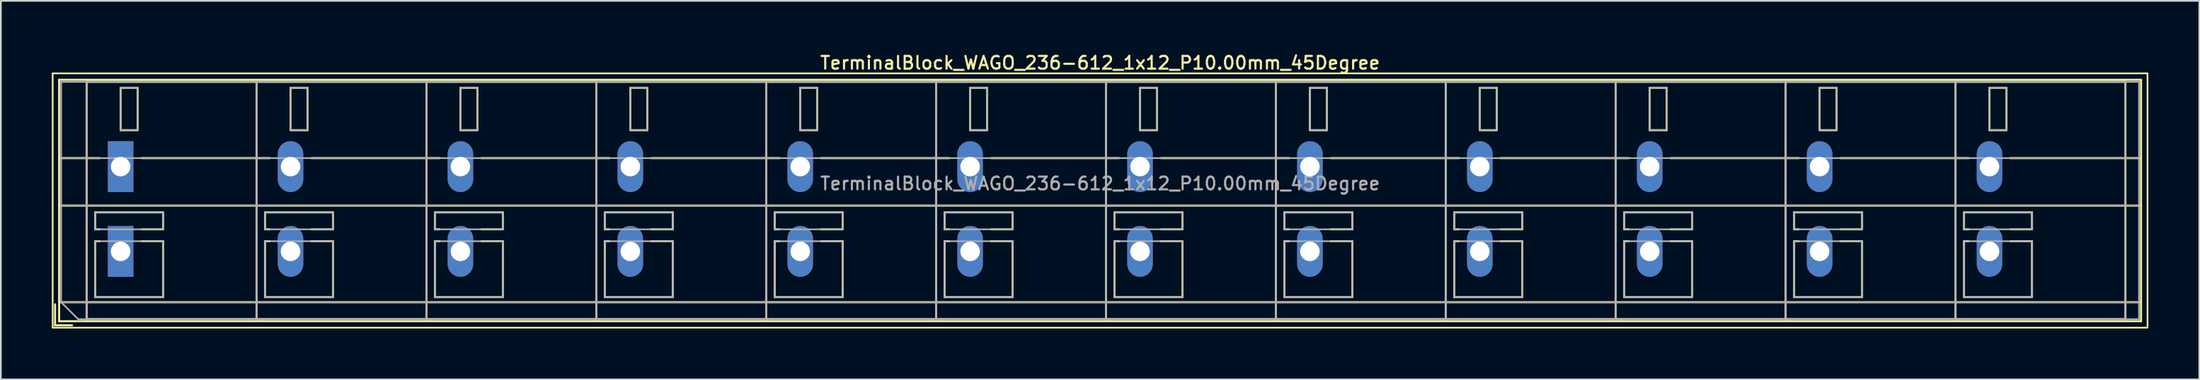
<source format=kicad_pcb>
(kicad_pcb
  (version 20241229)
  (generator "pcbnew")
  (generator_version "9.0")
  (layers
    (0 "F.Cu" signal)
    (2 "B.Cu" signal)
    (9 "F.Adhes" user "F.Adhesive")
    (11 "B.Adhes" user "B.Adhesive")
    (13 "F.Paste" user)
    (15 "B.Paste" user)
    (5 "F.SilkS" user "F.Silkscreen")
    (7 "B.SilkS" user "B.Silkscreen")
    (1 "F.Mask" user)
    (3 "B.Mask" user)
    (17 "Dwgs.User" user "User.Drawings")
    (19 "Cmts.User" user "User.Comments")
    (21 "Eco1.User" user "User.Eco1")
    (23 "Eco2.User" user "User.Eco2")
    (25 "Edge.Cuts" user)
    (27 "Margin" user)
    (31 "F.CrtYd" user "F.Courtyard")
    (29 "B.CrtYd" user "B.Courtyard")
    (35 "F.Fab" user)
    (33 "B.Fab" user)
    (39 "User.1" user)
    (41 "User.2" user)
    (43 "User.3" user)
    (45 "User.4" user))
  (footprint "TerminalBlock_WAGO_236-612_1x12_P10.00mm_45Degree"
    (layer "F.Cu")
    (at 4.05 6.778)
    (property "Reference" "TerminalBlock_WAGO_236-612_1x12_P10.00mm_45Degree" (at 57.65 -6.12 0) (layer "F.SilkS") (effects (font (size 0.75 0.75) (thickness 0.125))))
    (attr through_hole)
    (fp_line (start -4 -5.5) (end -4 9.5) (stroke (width 0.1) (type solid)) (layer "F.SilkS"))
    (fp_line (start -4 9.5) (end 119.3 9.5) (stroke (width 0.1) (type solid)) (layer "F.SilkS"))
    (fp_line (start -3.86 8.12) (end -3.86 9.36) (stroke (width 0.12) (type solid)) (layer "F.SilkS"))
    (fp_line (start -3.86 9.36) (end -2.86 9.36) (stroke (width 0.12) (type solid)) (layer "F.SilkS"))
    (fp_line (start -3.62 -5.12) (end -3.62 9.12) (stroke (width 0.12) (type solid)) (layer "F.SilkS"))
    (fp_line (start -3.62 -5.12) (end 118.92 -5.12) (stroke (width 0.12) (type solid)) (layer "F.SilkS"))
    (fp_line (start -3.62 -0.5) (end -1.23 -0.5) (stroke (width 0.12) (type solid)) (layer "F.SilkS"))
    (fp_line (start -3.62 2.3) (end 118.92 2.3) (stroke (width 0.12) (type solid)) (layer "F.SilkS"))
    (fp_line (start -3.62 8) (end 118.92 8) (stroke (width 0.12) (type solid)) (layer "F.SilkS"))
    (fp_line (start -3.62 9.12) (end 118.92 9.12) (stroke (width 0.12) (type solid)) (layer "F.SilkS"))
    (fp_line (start -2 -5) (end -2 9) (stroke (width 0.12) (type solid)) (layer "F.SilkS"))
    (fp_line (start -2 -5) (end 8 -5) (stroke (width 0.12) (type solid)) (layer "F.SilkS"))
    (fp_line (start -2 9) (end 8 9) (stroke (width 0.12) (type solid)) (layer "F.SilkS"))
    (fp_line (start -1.5 2.7) (end -1.5 3.7) (stroke (width 0.12) (type solid)) (layer "F.SilkS"))
    (fp_line (start -1.5 2.7) (end 2.5 2.7) (stroke (width 0.12) (type solid)) (layer "F.SilkS"))
    (fp_line (start -1.5 3.7) (end -1.23 3.7) (stroke (width 0.12) (type solid)) (layer "F.SilkS"))
    (fp_line (start -1.5 4.4) (end -1.5 7.7) (stroke (width 0.12) (type solid)) (layer "F.SilkS"))
    (fp_line (start -1.5 4.4) (end -1.23 4.4) (stroke (width 0.12) (type solid)) (layer "F.SilkS"))
    (fp_line (start -1.5 7.7) (end 2.5 7.7) (stroke (width 0.12) (type solid)) (layer "F.SilkS"))
    (fp_line (start 0 -4.65) (end 0 -2.151) (stroke (width 0.12) (type solid)) (layer "F.SilkS"))
    (fp_line (start 0 -4.65) (end 1 -4.65) (stroke (width 0.12) (type solid)) (layer "F.SilkS"))
    (fp_line (start 0 -2.151) (end 1 -2.151) (stroke (width 0.12) (type solid)) (layer "F.SilkS"))
    (fp_line (start 1 -4.65) (end 1 -2.151) (stroke (width 0.12) (type solid)) (layer "F.SilkS"))
    (fp_line (start 1.23 -0.5) (end 8.77 -0.5) (stroke (width 0.12) (type solid)) (layer "F.SilkS"))
    (fp_line (start 1.23 3.7) (end 2.5 3.7) (stroke (width 0.12) (type solid)) (layer "F.SilkS"))
    (fp_line (start 1.23 4.4) (end 2.5 4.4) (stroke (width 0.12) (type solid)) (layer "F.SilkS"))
    (fp_line (start 2.5 2.7) (end 2.5 3.7) (stroke (width 0.12) (type solid)) (layer "F.SilkS"))
    (fp_line (start 2.5 4.4) (end 2.5 7.7) (stroke (width 0.12) (type solid)) (layer "F.SilkS"))
    (fp_line (start 8 -5) (end 8 9) (stroke (width 0.12) (type solid)) (layer "F.SilkS"))
    (fp_line (start 8 -5) (end 8 9) (stroke (width 0.12) (type solid)) (layer "F.SilkS"))
    (fp_line (start 8 -5) (end 18 -5) (stroke (width 0.12) (type solid)) (layer "F.SilkS"))
    (fp_line (start 8 9) (end 18 9) (stroke (width 0.12) (type solid)) (layer "F.SilkS"))
    (fp_line (start 8.5 2.7) (end 8.5 3.7) (stroke (width 0.12) (type solid)) (layer "F.SilkS"))
    (fp_line (start 8.5 2.7) (end 12.5 2.7) (stroke (width 0.12) (type solid)) (layer "F.SilkS"))
    (fp_line (start 8.5 3.7) (end 8.77 3.7) (stroke (width 0.12) (type solid)) (layer "F.SilkS"))
    (fp_line (start 8.5 4.4) (end 8.5 7.7) (stroke (width 0.12) (type solid)) (layer "F.SilkS"))
    (fp_line (start 8.5 4.4) (end 8.77 4.4) (stroke (width 0.12) (type solid)) (layer "F.SilkS"))
    (fp_line (start 8.5 7.7) (end 12.5 7.7) (stroke (width 0.12) (type solid)) (layer "F.SilkS"))
    (fp_line (start 10 -4.65) (end 10 -2.151) (stroke (width 0.12) (type solid)) (layer "F.SilkS"))
    (fp_line (start 10 -4.65) (end 11 -4.65) (stroke (width 0.12) (type solid)) (layer "F.SilkS"))
    (fp_line (start 10 -2.151) (end 11 -2.151) (stroke (width 0.12) (type solid)) (layer "F.SilkS"))
    (fp_line (start 11 -4.65) (end 11 -2.151) (stroke (width 0.12) (type solid)) (layer "F.SilkS"))
    (fp_line (start 11.23 -0.5) (end 18.77 -0.5) (stroke (width 0.12) (type solid)) (layer "F.SilkS"))
    (fp_line (start 11.23 3.7) (end 12.5 3.7) (stroke (width 0.12) (type solid)) (layer "F.SilkS"))
    (fp_line (start 11.23 4.4) (end 12.5 4.4) (stroke (width 0.12) (type solid)) (layer "F.SilkS"))
    (fp_line (start 12.5 2.7) (end 12.5 3.7) (stroke (width 0.12) (type solid)) (layer "F.SilkS"))
    (fp_line (start 12.5 4.4) (end 12.5 7.7) (stroke (width 0.12) (type solid)) (layer "F.SilkS"))
    (fp_line (start 18 -5) (end 18 9) (stroke (width 0.12) (type solid)) (layer "F.SilkS"))
    (fp_line (start 18 -5) (end 18 9) (stroke (width 0.12) (type solid)) (layer "F.SilkS"))
    (fp_line (start 18 -5) (end 28 -5) (stroke (width 0.12) (type solid)) (layer "F.SilkS"))
    (fp_line (start 18 9) (end 28 9) (stroke (width 0.12) (type solid)) (layer "F.SilkS"))
    (fp_line (start 18.5 2.7) (end 18.5 3.7) (stroke (width 0.12) (type solid)) (layer "F.SilkS"))
    (fp_line (start 18.5 2.7) (end 22.5 2.7) (stroke (width 0.12) (type solid)) (layer "F.SilkS"))
    (fp_line (start 18.5 3.7) (end 18.77 3.7) (stroke (width 0.12) (type solid)) (layer "F.SilkS"))
    (fp_line (start 18.5 4.4) (end 18.5 7.7) (stroke (width 0.12) (type solid)) (layer "F.SilkS"))
    (fp_line (start 18.5 4.4) (end 18.77 4.4) (stroke (width 0.12) (type solid)) (layer "F.SilkS"))
    (fp_line (start 18.5 7.7) (end 22.5 7.7) (stroke (width 0.12) (type solid)) (layer "F.SilkS"))
    (fp_line (start 20 -4.65) (end 20 -2.151) (stroke (width 0.12) (type solid)) (layer "F.SilkS"))
    (fp_line (start 20 -4.65) (end 21 -4.65) (stroke (width 0.12) (type solid)) (layer "F.SilkS"))
    (fp_line (start 20 -2.151) (end 21 -2.151) (stroke (width 0.12) (type solid)) (layer "F.SilkS"))
    (fp_line (start 21 -4.65) (end 21 -2.151) (stroke (width 0.12) (type solid)) (layer "F.SilkS"))
    (fp_line (start 21.23 -0.5) (end 28.77 -0.5) (stroke (width 0.12) (type solid)) (layer "F.SilkS"))
    (fp_line (start 21.23 3.7) (end 22.5 3.7) (stroke (width 0.12) (type solid)) (layer "F.SilkS"))
    (fp_line (start 21.23 4.4) (end 22.5 4.4) (stroke (width 0.12) (type solid)) (layer "F.SilkS"))
    (fp_line (start 22.5 2.7) (end 22.5 3.7) (stroke (width 0.12) (type solid)) (layer "F.SilkS"))
    (fp_line (start 22.5 4.4) (end 22.5 7.7) (stroke (width 0.12) (type solid)) (layer "F.SilkS"))
    (fp_line (start 28 -5) (end 28 9) (stroke (width 0.12) (type solid)) (layer "F.SilkS"))
    (fp_line (start 28 -5) (end 28 9) (stroke (width 0.12) (type solid)) (layer "F.SilkS"))
    (fp_line (start 28 -5) (end 38 -5) (stroke (width 0.12) (type solid)) (layer "F.SilkS"))
    (fp_line (start 28 9) (end 38 9) (stroke (width 0.12) (type solid)) (layer "F.SilkS"))
    (fp_line (start 28.5 2.7) (end 28.5 3.7) (stroke (width 0.12) (type solid)) (layer "F.SilkS"))
    (fp_line (start 28.5 2.7) (end 32.5 2.7) (stroke (width 0.12) (type solid)) (layer "F.SilkS"))
    (fp_line (start 28.5 3.7) (end 28.77 3.7) (stroke (width 0.12) (type solid)) (layer "F.SilkS"))
    (fp_line (start 28.5 4.4) (end 28.5 7.7) (stroke (width 0.12) (type solid)) (layer "F.SilkS"))
    (fp_line (start 28.5 4.4) (end 28.77 4.4) (stroke (width 0.12) (type solid)) (layer "F.SilkS"))
    (fp_line (start 28.5 7.7) (end 32.5 7.7) (stroke (width 0.12) (type solid)) (layer "F.SilkS"))
    (fp_line (start 30 -4.65) (end 30 -2.151) (stroke (width 0.12) (type solid)) (layer "F.SilkS"))
    (fp_line (start 30 -4.65) (end 31 -4.65) (stroke (width 0.12) (type solid)) (layer "F.SilkS"))
    (fp_line (start 30 -2.151) (end 31 -2.151) (stroke (width 0.12) (type solid)) (layer "F.SilkS"))
    (fp_line (start 31 -4.65) (end 31 -2.151) (stroke (width 0.12) (type solid)) (layer "F.SilkS"))
    (fp_line (start 31.23 -0.5) (end 38.77 -0.5) (stroke (width 0.12) (type solid)) (layer "F.SilkS"))
    (fp_line (start 31.23 3.7) (end 32.5 3.7) (stroke (width 0.12) (type solid)) (layer "F.SilkS"))
    (fp_line (start 31.23 4.4) (end 32.5 4.4) (stroke (width 0.12) (type solid)) (layer "F.SilkS"))
    (fp_line (start 32.5 2.7) (end 32.5 3.7) (stroke (width 0.12) (type solid)) (layer "F.SilkS"))
    (fp_line (start 32.5 4.4) (end 32.5 7.7) (stroke (width 0.12) (type solid)) (layer "F.SilkS"))
    (fp_line (start 38 -5) (end 38 9) (stroke (width 0.12) (type solid)) (layer "F.SilkS"))
    (fp_line (start 38 -5) (end 38 9) (stroke (width 0.12) (type solid)) (layer "F.SilkS"))
    (fp_line (start 38 -5) (end 48 -5) (stroke (width 0.12) (type solid)) (layer "F.SilkS"))
    (fp_line (start 38 9) (end 48 9) (stroke (width 0.12) (type solid)) (layer "F.SilkS"))
    (fp_line (start 38.5 2.7) (end 38.5 3.7) (stroke (width 0.12) (type solid)) (layer "F.SilkS"))
    (fp_line (start 38.5 2.7) (end 42.5 2.7) (stroke (width 0.12) (type solid)) (layer "F.SilkS"))
    (fp_line (start 38.5 3.7) (end 38.77 3.7) (stroke (width 0.12) (type solid)) (layer "F.SilkS"))
    (fp_line (start 38.5 4.4) (end 38.5 7.7) (stroke (width 0.12) (type solid)) (layer "F.SilkS"))
    (fp_line (start 38.5 4.4) (end 38.77 4.4) (stroke (width 0.12) (type solid)) (layer "F.SilkS"))
    (fp_line (start 38.5 7.7) (end 42.5 7.7) (stroke (width 0.12) (type solid)) (layer "F.SilkS"))
    (fp_line (start 40 -4.65) (end 40 -2.151) (stroke (width 0.12) (type solid)) (layer "F.SilkS"))
    (fp_line (start 40 -4.65) (end 41 -4.65) (stroke (width 0.12) (type solid)) (layer "F.SilkS"))
    (fp_line (start 40 -2.151) (end 41 -2.151) (stroke (width 0.12) (type solid)) (layer "F.SilkS"))
    (fp_line (start 41 -4.65) (end 41 -2.151) (stroke (width 0.12) (type solid)) (layer "F.SilkS"))
    (fp_line (start 41.23 -0.5) (end 48.77 -0.5) (stroke (width 0.12) (type solid)) (layer "F.SilkS"))
    (fp_line (start 41.23 3.7) (end 42.5 3.7) (stroke (width 0.12) (type solid)) (layer "F.SilkS"))
    (fp_line (start 41.23 4.4) (end 42.5 4.4) (stroke (width 0.12) (type solid)) (layer "F.SilkS"))
    (fp_line (start 42.5 2.7) (end 42.5 3.7) (stroke (width 0.12) (type solid)) (layer "F.SilkS"))
    (fp_line (start 42.5 4.4) (end 42.5 7.7) (stroke (width 0.12) (type solid)) (layer "F.SilkS"))
    (fp_line (start 48 -5) (end 48 9) (stroke (width 0.12) (type solid)) (layer "F.SilkS"))
    (fp_line (start 48 -5) (end 48 9) (stroke (width 0.12) (type solid)) (layer "F.SilkS"))
    (fp_line (start 48 -5) (end 58 -5) (stroke (width 0.12) (type solid)) (layer "F.SilkS"))
    (fp_line (start 48 9) (end 58 9) (stroke (width 0.12) (type solid)) (layer "F.SilkS"))
    (fp_line (start 48.5 2.7) (end 48.5 3.7) (stroke (width 0.12) (type solid)) (layer "F.SilkS"))
    (fp_line (start 48.5 2.7) (end 52.5 2.7) (stroke (width 0.12) (type solid)) (layer "F.SilkS"))
    (fp_line (start 48.5 3.7) (end 48.77 3.7) (stroke (width 0.12) (type solid)) (layer "F.SilkS"))
    (fp_line (start 48.5 4.4) (end 48.5 7.7) (stroke (width 0.12) (type solid)) (layer "F.SilkS"))
    (fp_line (start 48.5 4.4) (end 48.77 4.4) (stroke (width 0.12) (type solid)) (layer "F.SilkS"))
    (fp_line (start 48.5 7.7) (end 52.5 7.7) (stroke (width 0.12) (type solid)) (layer "F.SilkS"))
    (fp_line (start 50 -4.65) (end 50 -2.151) (stroke (width 0.12) (type solid)) (layer "F.SilkS"))
    (fp_line (start 50 -4.65) (end 51 -4.65) (stroke (width 0.12) (type solid)) (layer "F.SilkS"))
    (fp_line (start 50 -2.151) (end 51 -2.151) (stroke (width 0.12) (type solid)) (layer "F.SilkS"))
    (fp_line (start 51 -4.65) (end 51 -2.151) (stroke (width 0.12) (type solid)) (layer "F.SilkS"))
    (fp_line (start 51.23 -0.5) (end 58.77 -0.5) (stroke (width 0.12) (type solid)) (layer "F.SilkS"))
    (fp_line (start 51.23 3.7) (end 52.5 3.7) (stroke (width 0.12) (type solid)) (layer "F.SilkS"))
    (fp_line (start 51.23 4.4) (end 52.5 4.4) (stroke (width 0.12) (type solid)) (layer "F.SilkS"))
    (fp_line (start 52.5 2.7) (end 52.5 3.7) (stroke (width 0.12) (type solid)) (layer "F.SilkS"))
    (fp_line (start 52.5 4.4) (end 52.5 7.7) (stroke (width 0.12) (type solid)) (layer "F.SilkS"))
    (fp_line (start 58 -5) (end 58 9) (stroke (width 0.12) (type solid)) (layer "F.SilkS"))
    (fp_line (start 58 -5) (end 58 9) (stroke (width 0.12) (type solid)) (layer "F.SilkS"))
    (fp_line (start 58 -5) (end 68 -5) (stroke (width 0.12) (type solid)) (layer "F.SilkS"))
    (fp_line (start 58 9) (end 68 9) (stroke (width 0.12) (type solid)) (layer "F.SilkS"))
    (fp_line (start 58.5 2.7) (end 58.5 3.7) (stroke (width 0.12) (type solid)) (layer "F.SilkS"))
    (fp_line (start 58.5 2.7) (end 62.5 2.7) (stroke (width 0.12) (type solid)) (layer "F.SilkS"))
    (fp_line (start 58.5 3.7) (end 58.77 3.7) (stroke (width 0.12) (type solid)) (layer "F.SilkS"))
    (fp_line (start 58.5 4.4) (end 58.5 7.7) (stroke (width 0.12) (type solid)) (layer "F.SilkS"))
    (fp_line (start 58.5 4.4) (end 58.77 4.4) (stroke (width 0.12) (type solid)) (layer "F.SilkS"))
    (fp_line (start 58.5 7.7) (end 62.5 7.7) (stroke (width 0.12) (type solid)) (layer "F.SilkS"))
    (fp_line (start 60 -4.65) (end 60 -2.151) (stroke (width 0.12) (type solid)) (layer "F.SilkS"))
    (fp_line (start 60 -4.65) (end 61 -4.65) (stroke (width 0.12) (type solid)) (layer "F.SilkS"))
    (fp_line (start 60 -2.151) (end 61 -2.151) (stroke (width 0.12) (type solid)) (layer "F.SilkS"))
    (fp_line (start 61 -4.65) (end 61 -2.151) (stroke (width 0.12) (type solid)) (layer "F.SilkS"))
    (fp_line (start 61.23 -0.5) (end 68.77 -0.5) (stroke (width 0.12) (type solid)) (layer "F.SilkS"))
    (fp_line (start 61.23 3.7) (end 62.5 3.7) (stroke (width 0.12) (type solid)) (layer "F.SilkS"))
    (fp_line (start 61.23 4.4) (end 62.5 4.4) (stroke (width 0.12) (type solid)) (layer "F.SilkS"))
    (fp_line (start 62.5 2.7) (end 62.5 3.7) (stroke (width 0.12) (type solid)) (layer "F.SilkS"))
    (fp_line (start 62.5 4.4) (end 62.5 7.7) (stroke (width 0.12) (type solid)) (layer "F.SilkS"))
    (fp_line (start 68 -5) (end 68 9) (stroke (width 0.12) (type solid)) (layer "F.SilkS"))
    (fp_line (start 68 -5) (end 68 9) (stroke (width 0.12) (type solid)) (layer "F.SilkS"))
    (fp_line (start 68 -5) (end 78 -5) (stroke (width 0.12) (type solid)) (layer "F.SilkS"))
    (fp_line (start 68 9) (end 78 9) (stroke (width 0.12) (type solid)) (layer "F.SilkS"))
    (fp_line (start 68.5 2.7) (end 68.5 3.7) (stroke (width 0.12) (type solid)) (layer "F.SilkS"))
    (fp_line (start 68.5 2.7) (end 72.5 2.7) (stroke (width 0.12) (type solid)) (layer "F.SilkS"))
    (fp_line (start 68.5 3.7) (end 68.77 3.7) (stroke (width 0.12) (type solid)) (layer "F.SilkS"))
    (fp_line (start 68.5 4.4) (end 68.5 7.7) (stroke (width 0.12) (type solid)) (layer "F.SilkS"))
    (fp_line (start 68.5 4.4) (end 68.77 4.4) (stroke (width 0.12) (type solid)) (layer "F.SilkS"))
    (fp_line (start 68.5 7.7) (end 72.5 7.7) (stroke (width 0.12) (type solid)) (layer "F.SilkS"))
    (fp_line (start 70 -4.65) (end 70 -2.151) (stroke (width 0.12) (type solid)) (layer "F.SilkS"))
    (fp_line (start 70 -4.65) (end 71 -4.65) (stroke (width 0.12) (type solid)) (layer "F.SilkS"))
    (fp_line (start 70 -2.151) (end 71 -2.151) (stroke (width 0.12) (type solid)) (layer "F.SilkS"))
    (fp_line (start 71 -4.65) (end 71 -2.151) (stroke (width 0.12) (type solid)) (layer "F.SilkS"))
    (fp_line (start 71.23 -0.5) (end 78.77 -0.5) (stroke (width 0.12) (type solid)) (layer "F.SilkS"))
    (fp_line (start 71.23 3.7) (end 72.5 3.7) (stroke (width 0.12) (type solid)) (layer "F.SilkS"))
    (fp_line (start 71.23 4.4) (end 72.5 4.4) (stroke (width 0.12) (type solid)) (layer "F.SilkS"))
    (fp_line (start 72.5 2.7) (end 72.5 3.7) (stroke (width 0.12) (type solid)) (layer "F.SilkS"))
    (fp_line (start 72.5 4.4) (end 72.5 7.7) (stroke (width 0.12) (type solid)) (layer "F.SilkS"))
    (fp_line (start 78 -5) (end 78 9) (stroke (width 0.12) (type solid)) (layer "F.SilkS"))
    (fp_line (start 78 -5) (end 78 9) (stroke (width 0.12) (type solid)) (layer "F.SilkS"))
    (fp_line (start 78 -5) (end 88 -5) (stroke (width 0.12) (type solid)) (layer "F.SilkS"))
    (fp_line (start 78 9) (end 88 9) (stroke (width 0.12) (type solid)) (layer "F.SilkS"))
    (fp_line (start 78.5 2.7) (end 78.5 3.7) (stroke (width 0.12) (type solid)) (layer "F.SilkS"))
    (fp_line (start 78.5 2.7) (end 82.5 2.7) (stroke (width 0.12) (type solid)) (layer "F.SilkS"))
    (fp_line (start 78.5 3.7) (end 78.77 3.7) (stroke (width 0.12) (type solid)) (layer "F.SilkS"))
    (fp_line (start 78.5 4.4) (end 78.5 7.7) (stroke (width 0.12) (type solid)) (layer "F.SilkS"))
    (fp_line (start 78.5 4.4) (end 78.77 4.4) (stroke (width 0.12) (type solid)) (layer "F.SilkS"))
    (fp_line (start 78.5 7.7) (end 82.5 7.7) (stroke (width 0.12) (type solid)) (layer "F.SilkS"))
    (fp_line (start 80 -4.65) (end 80 -2.151) (stroke (width 0.12) (type solid)) (layer "F.SilkS"))
    (fp_line (start 80 -4.65) (end 81 -4.65) (stroke (width 0.12) (type solid)) (layer "F.SilkS"))
    (fp_line (start 80 -2.151) (end 81 -2.151) (stroke (width 0.12) (type solid)) (layer "F.SilkS"))
    (fp_line (start 81 -4.65) (end 81 -2.151) (stroke (width 0.12) (type solid)) (layer "F.SilkS"))
    (fp_line (start 81.23 -0.5) (end 88.77 -0.5) (stroke (width 0.12) (type solid)) (layer "F.SilkS"))
    (fp_line (start 81.23 3.7) (end 82.5 3.7) (stroke (width 0.12) (type solid)) (layer "F.SilkS"))
    (fp_line (start 81.23 4.4) (end 82.5 4.4) (stroke (width 0.12) (type solid)) (layer "F.SilkS"))
    (fp_line (start 82.5 2.7) (end 82.5 3.7) (stroke (width 0.12) (type solid)) (layer "F.SilkS"))
    (fp_line (start 82.5 4.4) (end 82.5 7.7) (stroke (width 0.12) (type solid)) (layer "F.SilkS"))
    (fp_line (start 88 -5) (end 88 9) (stroke (width 0.12) (type solid)) (layer "F.SilkS"))
    (fp_line (start 88 -5) (end 88 9) (stroke (width 0.12) (type solid)) (layer "F.SilkS"))
    (fp_line (start 88 -5) (end 98 -5) (stroke (width 0.12) (type solid)) (layer "F.SilkS"))
    (fp_line (start 88 9) (end 98 9) (stroke (width 0.12) (type solid)) (layer "F.SilkS"))
    (fp_line (start 88.5 2.7) (end 88.5 3.7) (stroke (width 0.12) (type solid)) (layer "F.SilkS"))
    (fp_line (start 88.5 2.7) (end 92.5 2.7) (stroke (width 0.12) (type solid)) (layer "F.SilkS"))
    (fp_line (start 88.5 3.7) (end 88.77 3.7) (stroke (width 0.12) (type solid)) (layer "F.SilkS"))
    (fp_line (start 88.5 4.4) (end 88.5 7.7) (stroke (width 0.12) (type solid)) (layer "F.SilkS"))
    (fp_line (start 88.5 4.4) (end 88.77 4.4) (stroke (width 0.12) (type solid)) (layer "F.SilkS"))
    (fp_line (start 88.5 7.7) (end 92.5 7.7) (stroke (width 0.12) (type solid)) (layer "F.SilkS"))
    (fp_line (start 90 -4.65) (end 90 -2.151) (stroke (width 0.12) (type solid)) (layer "F.SilkS"))
    (fp_line (start 90 -4.65) (end 91 -4.65) (stroke (width 0.12) (type solid)) (layer "F.SilkS"))
    (fp_line (start 90 -2.151) (end 91 -2.151) (stroke (width 0.12) (type solid)) (layer "F.SilkS"))
    (fp_line (start 91 -4.65) (end 91 -2.151) (stroke (width 0.12) (type solid)) (layer "F.SilkS"))
    (fp_line (start 91.23 -0.5) (end 98.77 -0.5) (stroke (width 0.12) (type solid)) (layer "F.SilkS"))
    (fp_line (start 91.23 3.7) (end 92.5 3.7) (stroke (width 0.12) (type solid)) (layer "F.SilkS"))
    (fp_line (start 91.23 4.4) (end 92.5 4.4) (stroke (width 0.12) (type solid)) (layer "F.SilkS"))
    (fp_line (start 92.5 2.7) (end 92.5 3.7) (stroke (width 0.12) (type solid)) (layer "F.SilkS"))
    (fp_line (start 92.5 4.4) (end 92.5 7.7) (stroke (width 0.12) (type solid)) (layer "F.SilkS"))
    (fp_line (start 98 -5) (end 98 9) (stroke (width 0.12) (type solid)) (layer "F.SilkS"))
    (fp_line (start 98 -5) (end 98 9) (stroke (width 0.12) (type solid)) (layer "F.SilkS"))
    (fp_line (start 98 -5) (end 108 -5) (stroke (width 0.12) (type solid)) (layer "F.SilkS"))
    (fp_line (start 98 9) (end 108 9) (stroke (width 0.12) (type solid)) (layer "F.SilkS"))
    (fp_line (start 98.5 2.7) (end 98.5 3.7) (stroke (width 0.12) (type solid)) (layer "F.SilkS"))
    (fp_line (start 98.5 2.7) (end 102.5 2.7) (stroke (width 0.12) (type solid)) (layer "F.SilkS"))
    (fp_line (start 98.5 3.7) (end 98.77 3.7) (stroke (width 0.12) (type solid)) (layer "F.SilkS"))
    (fp_line (start 98.5 4.4) (end 98.5 7.7) (stroke (width 0.12) (type solid)) (layer "F.SilkS"))
    (fp_line (start 98.5 4.4) (end 98.77 4.4) (stroke (width 0.12) (type solid)) (layer "F.SilkS"))
    (fp_line (start 98.5 7.7) (end 102.5 7.7) (stroke (width 0.12) (type solid)) (layer "F.SilkS"))
    (fp_line (start 100 -4.65) (end 100 -2.151) (stroke (width 0.12) (type solid)) (layer "F.SilkS"))
    (fp_line (start 100 -4.65) (end 101 -4.65) (stroke (width 0.12) (type solid)) (layer "F.SilkS"))
    (fp_line (start 100 -2.151) (end 101 -2.151) (stroke (width 0.12) (type solid)) (layer "F.SilkS"))
    (fp_line (start 101 -4.65) (end 101 -2.151) (stroke (width 0.12) (type solid)) (layer "F.SilkS"))
    (fp_line (start 101.23 -0.5) (end 108.77 -0.5) (stroke (width 0.12) (type solid)) (layer "F.SilkS"))
    (fp_line (start 101.23 3.7) (end 102.5 3.7) (stroke (width 0.12) (type solid)) (layer "F.SilkS"))
    (fp_line (start 101.23 4.4) (end 102.5 4.4) (stroke (width 0.12) (type solid)) (layer "F.SilkS"))
    (fp_line (start 102.5 2.7) (end 102.5 3.7) (stroke (width 0.12) (type solid)) (layer "F.SilkS"))
    (fp_line (start 102.5 4.4) (end 102.5 7.7) (stroke (width 0.12) (type solid)) (layer "F.SilkS"))
    (fp_line (start 108 -5) (end 108 9) (stroke (width 0.12) (type solid)) (layer "F.SilkS"))
    (fp_line (start 108 -5) (end 108 9) (stroke (width 0.12) (type solid)) (layer "F.SilkS"))
    (fp_line (start 108 -5) (end 118 -5) (stroke (width 0.12) (type solid)) (layer "F.SilkS"))
    (fp_line (start 108 9) (end 118 9) (stroke (width 0.12) (type solid)) (layer "F.SilkS"))
    (fp_line (start 108.5 2.7) (end 108.5 3.7) (stroke (width 0.12) (type solid)) (layer "F.SilkS"))
    (fp_line (start 108.5 2.7) (end 112.5 2.7) (stroke (width 0.12) (type solid)) (layer "F.SilkS"))
    (fp_line (start 108.5 3.7) (end 108.77 3.7) (stroke (width 0.12) (type solid)) (layer "F.SilkS"))
    (fp_line (start 108.5 4.4) (end 108.5 7.7) (stroke (width 0.12) (type solid)) (layer "F.SilkS"))
    (fp_line (start 108.5 4.4) (end 108.77 4.4) (stroke (width 0.12) (type solid)) (layer "F.SilkS"))
    (fp_line (start 108.5 7.7) (end 112.5 7.7) (stroke (width 0.12) (type solid)) (layer "F.SilkS"))
    (fp_line (start 110 -4.65) (end 110 -2.151) (stroke (width 0.12) (type solid)) (layer "F.SilkS"))
    (fp_line (start 110 -4.65) (end 111 -4.65) (stroke (width 0.12) (type solid)) (layer "F.SilkS"))
    (fp_line (start 110 -2.151) (end 111 -2.151) (stroke (width 0.12) (type solid)) (layer "F.SilkS"))
    (fp_line (start 111 -4.65) (end 111 -2.151) (stroke (width 0.12) (type solid)) (layer "F.SilkS"))
    (fp_line (start 111.23 -0.5) (end 118.92 -0.5) (stroke (width 0.12) (type solid)) (layer "F.SilkS"))
    (fp_line (start 111.23 3.7) (end 112.5 3.7) (stroke (width 0.12) (type solid)) (layer "F.SilkS"))
    (fp_line (start 111.23 4.4) (end 112.5 4.4) (stroke (width 0.12) (type solid)) (layer "F.SilkS"))
    (fp_line (start 112.5 2.7) (end 112.5 3.7) (stroke (width 0.12) (type solid)) (layer "F.SilkS"))
    (fp_line (start 112.5 4.4) (end 112.5 7.7) (stroke (width 0.12) (type solid)) (layer "F.SilkS"))
    (fp_line (start 118 -5) (end 118 9) (stroke (width 0.12) (type solid)) (layer "F.SilkS"))
    (fp_line (start 118.92 -5.12) (end 118.92 9.12) (stroke (width 0.12) (type solid)) (layer "F.SilkS"))
    (fp_line (start 119.3 -5.5) (end -4 -5.5) (stroke (width 0.1) (type solid)) (layer "F.SilkS"))
    (fp_line (start 119.3 9.5) (end 119.3 -5.5) (stroke (width 0.1) (type solid)) (layer "F.SilkS"))
    (fp_line (start -3.5 -5) (end 118.8 -5) (stroke (width 0.1) (type solid)) (layer "F.Fab"))
    (fp_line (start -3.5 -0.5) (end 118.8 -0.5) (stroke (width 0.1) (type solid)) (layer "F.Fab"))
    (fp_line (start -3.5 2.3) (end 118.8 2.3) (stroke (width 0.1) (type solid)) (layer "F.Fab"))
    (fp_line (start -3.5 8) (end -3.5 -5) (stroke (width 0.1) (type solid)) (layer "F.Fab"))
    (fp_line (start -3.5 8) (end 118.8 8) (stroke (width 0.1) (type solid)) (layer "F.Fab"))
    (fp_line (start -2.5 9) (end -3.5 8) (stroke (width 0.1) (type solid)) (layer "F.Fab"))
    (fp_line (start -2 -5) (end -2 9) (stroke (width 0.1) (type solid)) (layer "F.Fab"))
    (fp_line (start -2 9) (end 8 9) (stroke (width 0.1) (type solid)) (layer "F.Fab"))
    (fp_line (start -1.5 2.7) (end -1.5 3.7) (stroke (width 0.1) (type solid)) (layer "F.Fab"))
    (fp_line (start -1.5 3.7) (end 2.5 3.7) (stroke (width 0.1) (type solid)) (layer "F.Fab"))
    (fp_line (start -1.5 4.4) (end -1.5 7.7) (stroke (width 0.1) (type solid)) (layer "F.Fab"))
    (fp_line (start -1.5 7.7) (end 2.5 7.7) (stroke (width 0.1) (type solid)) (layer "F.Fab"))
    (fp_line (start 0 -4.65) (end 0 -2.15) (stroke (width 0.1) (type solid)) (layer "F.Fab"))
    (fp_line (start 0 -2.15) (end 1 -2.15) (stroke (width 0.1) (type solid)) (layer "F.Fab"))
    (fp_line (start 1 -4.65) (end 0 -4.65) (stroke (width 0.1) (type solid)) (layer "F.Fab"))
    (fp_line (start 1 -2.15) (end 1 -4.65) (stroke (width 0.1) (type solid)) (layer "F.Fab"))
    (fp_line (start 2.5 2.7) (end -1.5 2.7) (stroke (width 0.1) (type solid)) (layer "F.Fab"))
    (fp_line (start 2.5 3.7) (end 2.5 2.7) (stroke (width 0.1) (type solid)) (layer "F.Fab"))
    (fp_line (start 2.5 4.4) (end -1.5 4.4) (stroke (width 0.1) (type solid)) (layer "F.Fab"))
    (fp_line (start 2.5 7.7) (end 2.5 4.4) (stroke (width 0.1) (type solid)) (layer "F.Fab"))
    (fp_line (start 8 -5) (end -2 -5) (stroke (width 0.1) (type solid)) (layer "F.Fab"))
    (fp_line (start 8 -5) (end 8 9) (stroke (width 0.1) (type solid)) (layer "F.Fab"))
    (fp_line (start 8 9) (end 8 -5) (stroke (width 0.1) (type solid)) (layer "F.Fab"))
    (fp_line (start 8 9) (end 18 9) (stroke (width 0.1) (type solid)) (layer "F.Fab"))
    (fp_line (start 8.5 2.7) (end 8.5 3.7) (stroke (width 0.1) (type solid)) (layer "F.Fab"))
    (fp_line (start 8.5 3.7) (end 12.5 3.7) (stroke (width 0.1) (type solid)) (layer "F.Fab"))
    (fp_line (start 8.5 4.4) (end 8.5 7.7) (stroke (width 0.1) (type solid)) (layer "F.Fab"))
    (fp_line (start 8.5 7.7) (end 12.5 7.7) (stroke (width 0.1) (type solid)) (layer "F.Fab"))
    (fp_line (start 10 -4.65) (end 10 -2.15) (stroke (width 0.1) (type solid)) (layer "F.Fab"))
    (fp_line (start 10 -2.15) (end 11 -2.15) (stroke (width 0.1) (type solid)) (layer "F.Fab"))
    (fp_line (start 11 -4.65) (end 10 -4.65) (stroke (width 0.1) (type solid)) (layer "F.Fab"))
    (fp_line (start 11 -2.15) (end 11 -4.65) (stroke (width 0.1) (type solid)) (layer "F.Fab"))
    (fp_line (start 12.5 2.7) (end 8.5 2.7) (stroke (width 0.1) (type solid)) (layer "F.Fab"))
    (fp_line (start 12.5 3.7) (end 12.5 2.7) (stroke (width 0.1) (type solid)) (layer "F.Fab"))
    (fp_line (start 12.5 4.4) (end 8.5 4.4) (stroke (width 0.1) (type solid)) (layer "F.Fab"))
    (fp_line (start 12.5 7.7) (end 12.5 4.4) (stroke (width 0.1) (type solid)) (layer "F.Fab"))
    (fp_line (start 18 -5) (end 8 -5) (stroke (width 0.1) (type solid)) (layer "F.Fab"))
    (fp_line (start 18 -5) (end 18 9) (stroke (width 0.1) (type solid)) (layer "F.Fab"))
    (fp_line (start 18 9) (end 18 -5) (stroke (width 0.1) (type solid)) (layer "F.Fab"))
    (fp_line (start 18 9) (end 28 9) (stroke (width 0.1) (type solid)) (layer "F.Fab"))
    (fp_line (start 18.5 2.7) (end 18.5 3.7) (stroke (width 0.1) (type solid)) (layer "F.Fab"))
    (fp_line (start 18.5 3.7) (end 22.5 3.7) (stroke (width 0.1) (type solid)) (layer "F.Fab"))
    (fp_line (start 18.5 4.4) (end 18.5 7.7) (stroke (width 0.1) (type solid)) (layer "F.Fab"))
    (fp_line (start 18.5 7.7) (end 22.5 7.7) (stroke (width 0.1) (type solid)) (layer "F.Fab"))
    (fp_line (start 20 -4.65) (end 20 -2.15) (stroke (width 0.1) (type solid)) (layer "F.Fab"))
    (fp_line (start 20 -2.15) (end 21 -2.15) (stroke (width 0.1) (type solid)) (layer "F.Fab"))
    (fp_line (start 21 -4.65) (end 20 -4.65) (stroke (width 0.1) (type solid)) (layer "F.Fab"))
    (fp_line (start 21 -2.15) (end 21 -4.65) (stroke (width 0.1) (type solid)) (layer "F.Fab"))
    (fp_line (start 22.5 2.7) (end 18.5 2.7) (stroke (width 0.1) (type solid)) (layer "F.Fab"))
    (fp_line (start 22.5 3.7) (end 22.5 2.7) (stroke (width 0.1) (type solid)) (layer "F.Fab"))
    (fp_line (start 22.5 4.4) (end 18.5 4.4) (stroke (width 0.1) (type solid)) (layer "F.Fab"))
    (fp_line (start 22.5 7.7) (end 22.5 4.4) (stroke (width 0.1) (type solid)) (layer "F.Fab"))
    (fp_line (start 28 -5) (end 18 -5) (stroke (width 0.1) (type solid)) (layer "F.Fab"))
    (fp_line (start 28 -5) (end 28 9) (stroke (width 0.1) (type solid)) (layer "F.Fab"))
    (fp_line (start 28 9) (end 28 -5) (stroke (width 0.1) (type solid)) (layer "F.Fab"))
    (fp_line (start 28 9) (end 38 9) (stroke (width 0.1) (type solid)) (layer "F.Fab"))
    (fp_line (start 28.5 2.7) (end 28.5 3.7) (stroke (width 0.1) (type solid)) (layer "F.Fab"))
    (fp_line (start 28.5 3.7) (end 32.5 3.7) (stroke (width 0.1) (type solid)) (layer "F.Fab"))
    (fp_line (start 28.5 4.4) (end 28.5 7.7) (stroke (width 0.1) (type solid)) (layer "F.Fab"))
    (fp_line (start 28.5 7.7) (end 32.5 7.7) (stroke (width 0.1) (type solid)) (layer "F.Fab"))
    (fp_line (start 30 -4.65) (end 30 -2.15) (stroke (width 0.1) (type solid)) (layer "F.Fab"))
    (fp_line (start 30 -2.15) (end 31 -2.15) (stroke (width 0.1) (type solid)) (layer "F.Fab"))
    (fp_line (start 31 -4.65) (end 30 -4.65) (stroke (width 0.1) (type solid)) (layer "F.Fab"))
    (fp_line (start 31 -2.15) (end 31 -4.65) (stroke (width 0.1) (type solid)) (layer "F.Fab"))
    (fp_line (start 32.5 2.7) (end 28.5 2.7) (stroke (width 0.1) (type solid)) (layer "F.Fab"))
    (fp_line (start 32.5 3.7) (end 32.5 2.7) (stroke (width 0.1) (type solid)) (layer "F.Fab"))
    (fp_line (start 32.5 4.4) (end 28.5 4.4) (stroke (width 0.1) (type solid)) (layer "F.Fab"))
    (fp_line (start 32.5 7.7) (end 32.5 4.4) (stroke (width 0.1) (type solid)) (layer "F.Fab"))
    (fp_line (start 38 -5) (end 28 -5) (stroke (width 0.1) (type solid)) (layer "F.Fab"))
    (fp_line (start 38 -5) (end 38 9) (stroke (width 0.1) (type solid)) (layer "F.Fab"))
    (fp_line (start 38 9) (end 38 -5) (stroke (width 0.1) (type solid)) (layer "F.Fab"))
    (fp_line (start 38 9) (end 48 9) (stroke (width 0.1) (type solid)) (layer "F.Fab"))
    (fp_line (start 38.5 2.7) (end 38.5 3.7) (stroke (width 0.1) (type solid)) (layer "F.Fab"))
    (fp_line (start 38.5 3.7) (end 42.5 3.7) (stroke (width 0.1) (type solid)) (layer "F.Fab"))
    (fp_line (start 38.5 4.4) (end 38.5 7.7) (stroke (width 0.1) (type solid)) (layer "F.Fab"))
    (fp_line (start 38.5 7.7) (end 42.5 7.7) (stroke (width 0.1) (type solid)) (layer "F.Fab"))
    (fp_line (start 40 -4.65) (end 40 -2.15) (stroke (width 0.1) (type solid)) (layer "F.Fab"))
    (fp_line (start 40 -2.15) (end 41 -2.15) (stroke (width 0.1) (type solid)) (layer "F.Fab"))
    (fp_line (start 41 -4.65) (end 40 -4.65) (stroke (width 0.1) (type solid)) (layer "F.Fab"))
    (fp_line (start 41 -2.15) (end 41 -4.65) (stroke (width 0.1) (type solid)) (layer "F.Fab"))
    (fp_line (start 42.5 2.7) (end 38.5 2.7) (stroke (width 0.1) (type solid)) (layer "F.Fab"))
    (fp_line (start 42.5 3.7) (end 42.5 2.7) (stroke (width 0.1) (type solid)) (layer "F.Fab"))
    (fp_line (start 42.5 4.4) (end 38.5 4.4) (stroke (width 0.1) (type solid)) (layer "F.Fab"))
    (fp_line (start 42.5 7.7) (end 42.5 4.4) (stroke (width 0.1) (type solid)) (layer "F.Fab"))
    (fp_line (start 48 -5) (end 38 -5) (stroke (width 0.1) (type solid)) (layer "F.Fab"))
    (fp_line (start 48 -5) (end 48 9) (stroke (width 0.1) (type solid)) (layer "F.Fab"))
    (fp_line (start 48 9) (end 48 -5) (stroke (width 0.1) (type solid)) (layer "F.Fab"))
    (fp_line (start 48 9) (end 58 9) (stroke (width 0.1) (type solid)) (layer "F.Fab"))
    (fp_line (start 48.5 2.7) (end 48.5 3.7) (stroke (width 0.1) (type solid)) (layer "F.Fab"))
    (fp_line (start 48.5 3.7) (end 52.5 3.7) (stroke (width 0.1) (type solid)) (layer "F.Fab"))
    (fp_line (start 48.5 4.4) (end 48.5 7.7) (stroke (width 0.1) (type solid)) (layer "F.Fab"))
    (fp_line (start 48.5 7.7) (end 52.5 7.7) (stroke (width 0.1) (type solid)) (layer "F.Fab"))
    (fp_line (start 50 -4.65) (end 50 -2.15) (stroke (width 0.1) (type solid)) (layer "F.Fab"))
    (fp_line (start 50 -2.15) (end 51 -2.15) (stroke (width 0.1) (type solid)) (layer "F.Fab"))
    (fp_line (start 51 -4.65) (end 50 -4.65) (stroke (width 0.1) (type solid)) (layer "F.Fab"))
    (fp_line (start 51 -2.15) (end 51 -4.65) (stroke (width 0.1) (type solid)) (layer "F.Fab"))
    (fp_line (start 52.5 2.7) (end 48.5 2.7) (stroke (width 0.1) (type solid)) (layer "F.Fab"))
    (fp_line (start 52.5 3.7) (end 52.5 2.7) (stroke (width 0.1) (type solid)) (layer "F.Fab"))
    (fp_line (start 52.5 4.4) (end 48.5 4.4) (stroke (width 0.1) (type solid)) (layer "F.Fab"))
    (fp_line (start 52.5 7.7) (end 52.5 4.4) (stroke (width 0.1) (type solid)) (layer "F.Fab"))
    (fp_line (start 58 -5) (end 48 -5) (stroke (width 0.1) (type solid)) (layer "F.Fab"))
    (fp_line (start 58 -5) (end 58 9) (stroke (width 0.1) (type solid)) (layer "F.Fab"))
    (fp_line (start 58 9) (end 58 -5) (stroke (width 0.1) (type solid)) (layer "F.Fab"))
    (fp_line (start 58 9) (end 68 9) (stroke (width 0.1) (type solid)) (layer "F.Fab"))
    (fp_line (start 58.5 2.7) (end 58.5 3.7) (stroke (width 0.1) (type solid)) (layer "F.Fab"))
    (fp_line (start 58.5 3.7) (end 62.5 3.7) (stroke (width 0.1) (type solid)) (layer "F.Fab"))
    (fp_line (start 58.5 4.4) (end 58.5 7.7) (stroke (width 0.1) (type solid)) (layer "F.Fab"))
    (fp_line (start 58.5 7.7) (end 62.5 7.7) (stroke (width 0.1) (type solid)) (layer "F.Fab"))
    (fp_line (start 60 -4.65) (end 60 -2.15) (stroke (width 0.1) (type solid)) (layer "F.Fab"))
    (fp_line (start 60 -2.15) (end 61 -2.15) (stroke (width 0.1) (type solid)) (layer "F.Fab"))
    (fp_line (start 61 -4.65) (end 60 -4.65) (stroke (width 0.1) (type solid)) (layer "F.Fab"))
    (fp_line (start 61 -2.15) (end 61 -4.65) (stroke (width 0.1) (type solid)) (layer "F.Fab"))
    (fp_line (start 62.5 2.7) (end 58.5 2.7) (stroke (width 0.1) (type solid)) (layer "F.Fab"))
    (fp_line (start 62.5 3.7) (end 62.5 2.7) (stroke (width 0.1) (type solid)) (layer "F.Fab"))
    (fp_line (start 62.5 4.4) (end 58.5 4.4) (stroke (width 0.1) (type solid)) (layer "F.Fab"))
    (fp_line (start 62.5 7.7) (end 62.5 4.4) (stroke (width 0.1) (type solid)) (layer "F.Fab"))
    (fp_line (start 68 -5) (end 58 -5) (stroke (width 0.1) (type solid)) (layer "F.Fab"))
    (fp_line (start 68 -5) (end 68 9) (stroke (width 0.1) (type solid)) (layer "F.Fab"))
    (fp_line (start 68 9) (end 68 -5) (stroke (width 0.1) (type solid)) (layer "F.Fab"))
    (fp_line (start 68 9) (end 78 9) (stroke (width 0.1) (type solid)) (layer "F.Fab"))
    (fp_line (start 68.5 2.7) (end 68.5 3.7) (stroke (width 0.1) (type solid)) (layer "F.Fab"))
    (fp_line (start 68.5 3.7) (end 72.5 3.7) (stroke (width 0.1) (type solid)) (layer "F.Fab"))
    (fp_line (start 68.5 4.4) (end 68.5 7.7) (stroke (width 0.1) (type solid)) (layer "F.Fab"))
    (fp_line (start 68.5 7.7) (end 72.5 7.7) (stroke (width 0.1) (type solid)) (layer "F.Fab"))
    (fp_line (start 70 -4.65) (end 70 -2.15) (stroke (width 0.1) (type solid)) (layer "F.Fab"))
    (fp_line (start 70 -2.15) (end 71 -2.15) (stroke (width 0.1) (type solid)) (layer "F.Fab"))
    (fp_line (start 71 -4.65) (end 70 -4.65) (stroke (width 0.1) (type solid)) (layer "F.Fab"))
    (fp_line (start 71 -2.15) (end 71 -4.65) (stroke (width 0.1) (type solid)) (layer "F.Fab"))
    (fp_line (start 72.5 2.7) (end 68.5 2.7) (stroke (width 0.1) (type solid)) (layer "F.Fab"))
    (fp_line (start 72.5 3.7) (end 72.5 2.7) (stroke (width 0.1) (type solid)) (layer "F.Fab"))
    (fp_line (start 72.5 4.4) (end 68.5 4.4) (stroke (width 0.1) (type solid)) (layer "F.Fab"))
    (fp_line (start 72.5 7.7) (end 72.5 4.4) (stroke (width 0.1) (type solid)) (layer "F.Fab"))
    (fp_line (start 78 -5) (end 68 -5) (stroke (width 0.1) (type solid)) (layer "F.Fab"))
    (fp_line (start 78 -5) (end 78 9) (stroke (width 0.1) (type solid)) (layer "F.Fab"))
    (fp_line (start 78 9) (end 78 -5) (stroke (width 0.1) (type solid)) (layer "F.Fab"))
    (fp_line (start 78 9) (end 88 9) (stroke (width 0.1) (type solid)) (layer "F.Fab"))
    (fp_line (start 78.5 2.7) (end 78.5 3.7) (stroke (width 0.1) (type solid)) (layer "F.Fab"))
    (fp_line (start 78.5 3.7) (end 82.5 3.7) (stroke (width 0.1) (type solid)) (layer "F.Fab"))
    (fp_line (start 78.5 4.4) (end 78.5 7.7) (stroke (width 0.1) (type solid)) (layer "F.Fab"))
    (fp_line (start 78.5 7.7) (end 82.5 7.7) (stroke (width 0.1) (type solid)) (layer "F.Fab"))
    (fp_line (start 80 -4.65) (end 80 -2.15) (stroke (width 0.1) (type solid)) (layer "F.Fab"))
    (fp_line (start 80 -2.15) (end 81 -2.15) (stroke (width 0.1) (type solid)) (layer "F.Fab"))
    (fp_line (start 81 -4.65) (end 80 -4.65) (stroke (width 0.1) (type solid)) (layer "F.Fab"))
    (fp_line (start 81 -2.15) (end 81 -4.65) (stroke (width 0.1) (type solid)) (layer "F.Fab"))
    (fp_line (start 82.5 2.7) (end 78.5 2.7) (stroke (width 0.1) (type solid)) (layer "F.Fab"))
    (fp_line (start 82.5 3.7) (end 82.5 2.7) (stroke (width 0.1) (type solid)) (layer "F.Fab"))
    (fp_line (start 82.5 4.4) (end 78.5 4.4) (stroke (width 0.1) (type solid)) (layer "F.Fab"))
    (fp_line (start 82.5 7.7) (end 82.5 4.4) (stroke (width 0.1) (type solid)) (layer "F.Fab"))
    (fp_line (start 88 -5) (end 78 -5) (stroke (width 0.1) (type solid)) (layer "F.Fab"))
    (fp_line (start 88 -5) (end 88 9) (stroke (width 0.1) (type solid)) (layer "F.Fab"))
    (fp_line (start 88 9) (end 88 -5) (stroke (width 0.1) (type solid)) (layer "F.Fab"))
    (fp_line (start 88 9) (end 98 9) (stroke (width 0.1) (type solid)) (layer "F.Fab"))
    (fp_line (start 88.5 2.7) (end 88.5 3.7) (stroke (width 0.1) (type solid)) (layer "F.Fab"))
    (fp_line (start 88.5 3.7) (end 92.5 3.7) (stroke (width 0.1) (type solid)) (layer "F.Fab"))
    (fp_line (start 88.5 4.4) (end 88.5 7.7) (stroke (width 0.1) (type solid)) (layer "F.Fab"))
    (fp_line (start 88.5 7.7) (end 92.5 7.7) (stroke (width 0.1) (type solid)) (layer "F.Fab"))
    (fp_line (start 90 -4.65) (end 90 -2.15) (stroke (width 0.1) (type solid)) (layer "F.Fab"))
    (fp_line (start 90 -2.15) (end 91 -2.15) (stroke (width 0.1) (type solid)) (layer "F.Fab"))
    (fp_line (start 91 -4.65) (end 90 -4.65) (stroke (width 0.1) (type solid)) (layer "F.Fab"))
    (fp_line (start 91 -2.15) (end 91 -4.65) (stroke (width 0.1) (type solid)) (layer "F.Fab"))
    (fp_line (start 92.5 2.7) (end 88.5 2.7) (stroke (width 0.1) (type solid)) (layer "F.Fab"))
    (fp_line (start 92.5 3.7) (end 92.5 2.7) (stroke (width 0.1) (type solid)) (layer "F.Fab"))
    (fp_line (start 92.5 4.4) (end 88.5 4.4) (stroke (width 0.1) (type solid)) (layer "F.Fab"))
    (fp_line (start 92.5 7.7) (end 92.5 4.4) (stroke (width 0.1) (type solid)) (layer "F.Fab"))
    (fp_line (start 98 -5) (end 88 -5) (stroke (width 0.1) (type solid)) (layer "F.Fab"))
    (fp_line (start 98 -5) (end 98 9) (stroke (width 0.1) (type solid)) (layer "F.Fab"))
    (fp_line (start 98 9) (end 98 -5) (stroke (width 0.1) (type solid)) (layer "F.Fab"))
    (fp_line (start 98 9) (end 108 9) (stroke (width 0.1) (type solid)) (layer "F.Fab"))
    (fp_line (start 98.5 2.7) (end 98.5 3.7) (stroke (width 0.1) (type solid)) (layer "F.Fab"))
    (fp_line (start 98.5 3.7) (end 102.5 3.7) (stroke (width 0.1) (type solid)) (layer "F.Fab"))
    (fp_line (start 98.5 4.4) (end 98.5 7.7) (stroke (width 0.1) (type solid)) (layer "F.Fab"))
    (fp_line (start 98.5 7.7) (end 102.5 7.7) (stroke (width 0.1) (type solid)) (layer "F.Fab"))
    (fp_line (start 100 -4.65) (end 100 -2.15) (stroke (width 0.1) (type solid)) (layer "F.Fab"))
    (fp_line (start 100 -2.15) (end 101 -2.15) (stroke (width 0.1) (type solid)) (layer "F.Fab"))
    (fp_line (start 101 -4.65) (end 100 -4.65) (stroke (width 0.1) (type solid)) (layer "F.Fab"))
    (fp_line (start 101 -2.15) (end 101 -4.65) (stroke (width 0.1) (type solid)) (layer "F.Fab"))
    (fp_line (start 102.5 2.7) (end 98.5 2.7) (stroke (width 0.1) (type solid)) (layer "F.Fab"))
    (fp_line (start 102.5 3.7) (end 102.5 2.7) (stroke (width 0.1) (type solid)) (layer "F.Fab"))
    (fp_line (start 102.5 4.4) (end 98.5 4.4) (stroke (width 0.1) (type solid)) (layer "F.Fab"))
    (fp_line (start 102.5 7.7) (end 102.5 4.4) (stroke (width 0.1) (type solid)) (layer "F.Fab"))
    (fp_line (start 108 -5) (end 98 -5) (stroke (width 0.1) (type solid)) (layer "F.Fab"))
    (fp_line (start 108 -5) (end 108 9) (stroke (width 0.1) (type solid)) (layer "F.Fab"))
    (fp_line (start 108 9) (end 108 -5) (stroke (width 0.1) (type solid)) (layer "F.Fab"))
    (fp_line (start 108 9) (end 118 9) (stroke (width 0.1) (type solid)) (layer "F.Fab"))
    (fp_line (start 108.5 2.7) (end 108.5 3.7) (stroke (width 0.1) (type solid)) (layer "F.Fab"))
    (fp_line (start 108.5 3.7) (end 112.5 3.7) (stroke (width 0.1) (type solid)) (layer "F.Fab"))
    (fp_line (start 108.5 4.4) (end 108.5 7.7) (stroke (width 0.1) (type solid)) (layer "F.Fab"))
    (fp_line (start 108.5 7.7) (end 112.5 7.7) (stroke (width 0.1) (type solid)) (layer "F.Fab"))
    (fp_line (start 110 -4.65) (end 110 -2.15) (stroke (width 0.1) (type solid)) (layer "F.Fab"))
    (fp_line (start 110 -2.15) (end 111 -2.15) (stroke (width 0.1) (type solid)) (layer "F.Fab"))
    (fp_line (start 111 -4.65) (end 110 -4.65) (stroke (width 0.1) (type solid)) (layer "F.Fab"))
    (fp_line (start 111 -2.15) (end 111 -4.65) (stroke (width 0.1) (type solid)) (layer "F.Fab"))
    (fp_line (start 112.5 2.7) (end 108.5 2.7) (stroke (width 0.1) (type solid)) (layer "F.Fab"))
    (fp_line (start 112.5 3.7) (end 112.5 2.7) (stroke (width 0.1) (type solid)) (layer "F.Fab"))
    (fp_line (start 112.5 4.4) (end 108.5 4.4) (stroke (width 0.1) (type solid)) (layer "F.Fab"))
    (fp_line (start 112.5 7.7) (end 112.5 4.4) (stroke (width 0.1) (type solid)) (layer "F.Fab"))
    (fp_line (start 118 -5) (end 108 -5) (stroke (width 0.1) (type solid)) (layer "F.Fab"))
    (fp_line (start 118 9) (end 118 -5) (stroke (width 0.1) (type solid)) (layer "F.Fab"))
    (fp_line (start 118.8 -5) (end 118.8 9) (stroke (width 0.1) (type solid)) (layer "F.Fab"))
    (fp_line (start 118.8 9) (end -2.5 9) (stroke (width 0.1) (type solid)) (layer "F.Fab"))
    (fp_text user "${REFERENCE}" (at 57.65 1 0) (layer "F.Fab") (effects (font (size 0.75 0.75) (thickness 0.125))))
    (pad "1" thru_hole rect (at 0 0) (size 1.5 3) (drill 1.15) (layers "*.Cu" "*.Mask"))
    (pad "1" thru_hole rect (at 0 5) (size 1.5 3) (drill 1.15) (layers "*.Cu" "*.Mask"))
    (pad "2" thru_hole oval (at 10 0) (size 1.5 3) (drill 1.15) (layers "*.Cu" "*.Mask"))
    (pad "2" thru_hole oval (at 10 5) (size 1.5 3) (drill 1.15) (layers "*.Cu" "*.Mask"))
    (pad "3" thru_hole oval (at 20 0) (size 1.5 3) (drill 1.15) (layers "*.Cu" "*.Mask"))
    (pad "3" thru_hole oval (at 20 5) (size 1.5 3) (drill 1.15) (layers "*.Cu" "*.Mask"))
    (pad "4" thru_hole oval (at 30 0) (size 1.5 3) (drill 1.15) (layers "*.Cu" "*.Mask"))
    (pad "4" thru_hole oval (at 30 5) (size 1.5 3) (drill 1.15) (layers "*.Cu" "*.Mask"))
    (pad "5" thru_hole oval (at 40 0) (size 1.5 3) (drill 1.15) (layers "*.Cu" "*.Mask"))
    (pad "5" thru_hole oval (at 40 5) (size 1.5 3) (drill 1.15) (layers "*.Cu" "*.Mask"))
    (pad "6" thru_hole oval (at 50 0) (size 1.5 3) (drill 1.15) (layers "*.Cu" "*.Mask"))
    (pad "6" thru_hole oval (at 50 5) (size 1.5 3) (drill 1.15) (layers "*.Cu" "*.Mask"))
    (pad "7" thru_hole oval (at 60 0) (size 1.5 3) (drill 1.15) (layers "*.Cu" "*.Mask"))
    (pad "7" thru_hole oval (at 60 5) (size 1.5 3) (drill 1.15) (layers "*.Cu" "*.Mask"))
    (pad "8" thru_hole oval (at 70 0) (size 1.5 3) (drill 1.15) (layers "*.Cu" "*.Mask"))
    (pad "8" thru_hole oval (at 70 5) (size 1.5 3) (drill 1.15) (layers "*.Cu" "*.Mask"))
    (pad "9" thru_hole oval (at 80 0) (size 1.5 3) (drill 1.15) (layers "*.Cu" "*.Mask"))
    (pad "9" thru_hole oval (at 80 5) (size 1.5 3) (drill 1.15) (layers "*.Cu" "*.Mask"))
    (pad "10" thru_hole oval (at 90 0) (size 1.5 3) (drill 1.15) (layers "*.Cu" "*.Mask"))
    (pad "10" thru_hole oval (at 90 5) (size 1.5 3) (drill 1.15) (layers "*.Cu" "*.Mask"))
    (pad "11" thru_hole oval (at 100 0) (size 1.5 3) (drill 1.15) (layers "*.Cu" "*.Mask"))
    (pad "11" thru_hole oval (at 100 5) (size 1.5 3) (drill 1.15) (layers "*.Cu" "*.Mask"))
    (pad "12" thru_hole oval (at 110 0) (size 1.5 3) (drill 1.15) (layers "*.Cu" "*.Mask"))
    (pad "12" thru_hole oval (at 110 5) (size 1.5 3) (drill 1.15) (layers "*.Cu" "*.Mask")))
  (gr_rect
    (start -3 -3)
    (end 126.4 19.328)
    (stroke (width 0.1) (type default))
    (fill no)
    (layer "Edge.Cuts")))
</source>
